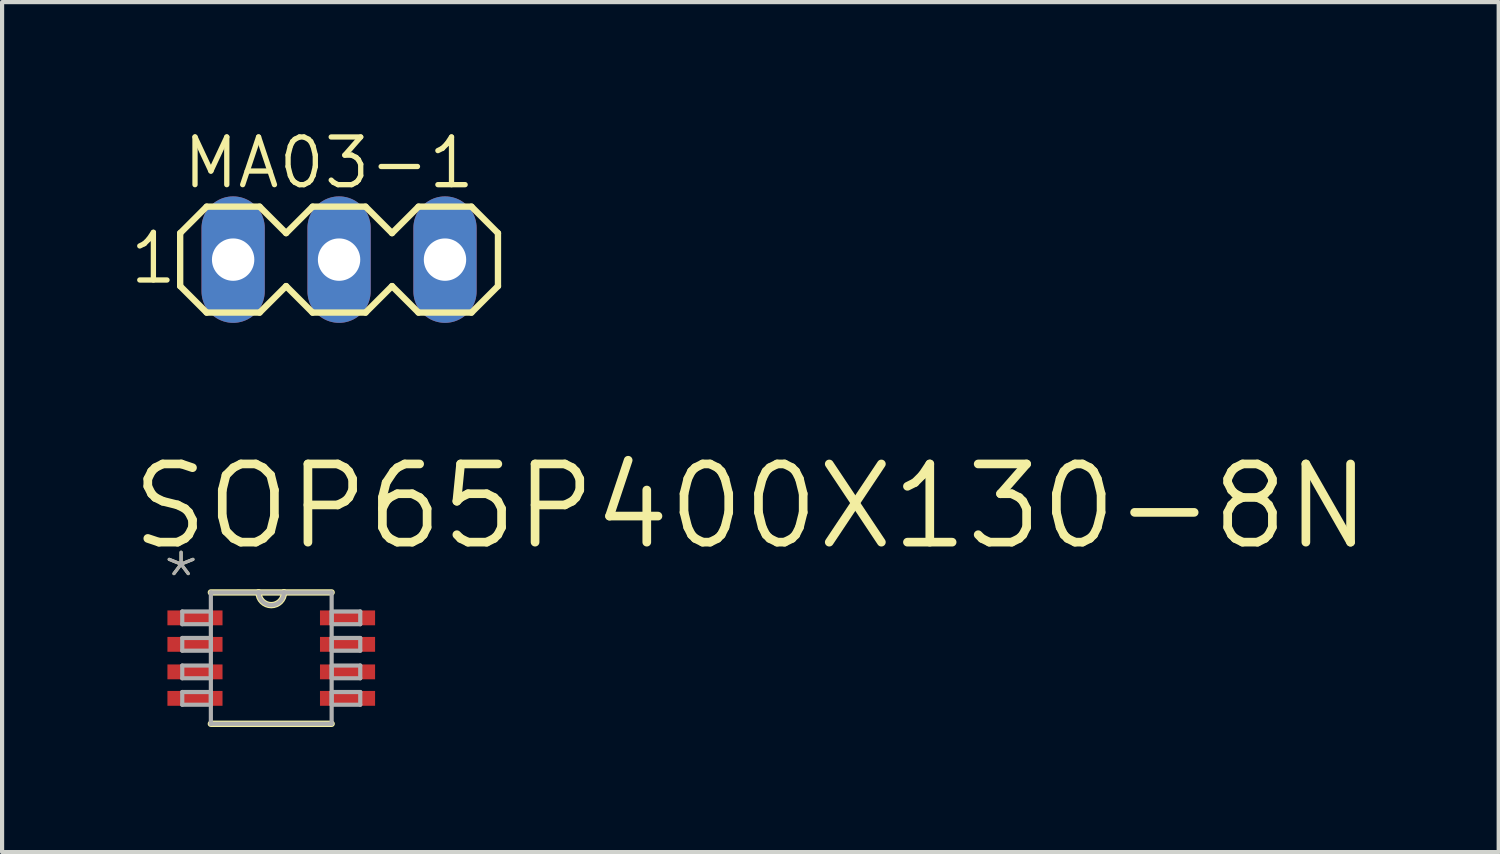
<source format=kicad_pcb>
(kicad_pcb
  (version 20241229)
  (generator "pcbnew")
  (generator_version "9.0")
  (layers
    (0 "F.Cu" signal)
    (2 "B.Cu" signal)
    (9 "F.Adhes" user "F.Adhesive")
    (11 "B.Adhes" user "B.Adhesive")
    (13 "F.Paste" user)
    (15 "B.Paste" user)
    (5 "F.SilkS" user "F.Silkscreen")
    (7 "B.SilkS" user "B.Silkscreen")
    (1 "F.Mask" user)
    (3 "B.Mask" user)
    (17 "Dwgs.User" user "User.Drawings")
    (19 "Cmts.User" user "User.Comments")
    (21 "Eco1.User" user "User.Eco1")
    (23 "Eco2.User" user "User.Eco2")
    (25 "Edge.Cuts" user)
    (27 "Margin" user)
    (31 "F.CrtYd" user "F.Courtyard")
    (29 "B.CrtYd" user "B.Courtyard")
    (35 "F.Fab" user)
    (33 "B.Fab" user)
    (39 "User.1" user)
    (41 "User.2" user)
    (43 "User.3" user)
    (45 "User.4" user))
  (footprint "MA03-1"
    (layer "F.Cu")
    (at 5.08 3.175)
    (property "Reference" "MA03-1" (at -3.81 -1.651 0) (layer "F.SilkS") (effects (font (size 1.143 1.143) (thickness 0.127)) (justify left bottom)))
    (fp_line (start -3.81 -0.635) (end -3.81 0.635) (stroke (width 0.152) (type solid)) (layer "F.SilkS"))
    (fp_line (start -3.81 0.635) (end -3.175 1.27) (stroke (width 0.152) (type solid)) (layer "F.SilkS"))
    (fp_line (start -3.175 -1.27) (end -3.81 -0.635) (stroke (width 0.152) (type solid)) (layer "F.SilkS"))
    (fp_line (start -3.175 -1.27) (end -1.905 -1.27) (stroke (width 0.152) (type solid)) (layer "F.SilkS"))
    (fp_line (start -1.905 -1.27) (end -1.27 -0.635) (stroke (width 0.152) (type solid)) (layer "F.SilkS"))
    (fp_line (start -1.905 1.27) (end -3.175 1.27) (stroke (width 0.152) (type solid)) (layer "F.SilkS"))
    (fp_line (start -1.27 -0.635) (end -0.635 -1.27) (stroke (width 0.152) (type solid)) (layer "F.SilkS"))
    (fp_line (start -1.27 0.635) (end -1.905 1.27) (stroke (width 0.152) (type solid)) (layer "F.SilkS"))
    (fp_line (start -0.635 -1.27) (end 0.635 -1.27) (stroke (width 0.152) (type solid)) (layer "F.SilkS"))
    (fp_line (start -0.635 1.27) (end -1.27 0.635) (stroke (width 0.152) (type solid)) (layer "F.SilkS"))
    (fp_line (start 0.635 -1.27) (end 1.27 -0.635) (stroke (width 0.152) (type solid)) (layer "F.SilkS"))
    (fp_line (start 0.635 1.27) (end -0.635 1.27) (stroke (width 0.152) (type solid)) (layer "F.SilkS"))
    (fp_line (start 1.27 -0.635) (end 1.905 -1.27) (stroke (width 0.152) (type solid)) (layer "F.SilkS"))
    (fp_line (start 1.27 0.635) (end 0.635 1.27) (stroke (width 0.152) (type solid)) (layer "F.SilkS"))
    (fp_line (start 1.905 -1.27) (end 3.175 -1.27) (stroke (width 0.152) (type solid)) (layer "F.SilkS"))
    (fp_line (start 1.905 1.27) (end 1.27 0.635) (stroke (width 0.152) (type solid)) (layer "F.SilkS"))
    (fp_line (start 3.175 -1.27) (end 3.81 -0.635) (stroke (width 0.152) (type solid)) (layer "F.SilkS"))
    (fp_line (start 3.175 1.27) (end 1.905 1.27) (stroke (width 0.152) (type solid)) (layer "F.SilkS"))
    (fp_line (start 3.81 -0.635) (end 3.81 0.635) (stroke (width 0.152) (type solid)) (layer "F.SilkS"))
    (fp_line (start 3.81 0.635) (end 3.175 1.27) (stroke (width 0.152) (type solid)) (layer "F.SilkS"))
    (fp_poly (pts (xy -2.794 0.254) (xy -2.286 0.254) (xy -2.286 -0.254) (xy -2.794 -0.254)) (stroke (width 0.1) (type solid)) (fill no) (layer "F.Fab"))
    (fp_poly (pts (xy -0.254 0.254) (xy 0.254 0.254) (xy 0.254 -0.254) (xy -0.254 -0.254)) (stroke (width 0.1) (type solid)) (fill no) (layer "F.Fab"))
    (fp_poly (pts (xy 2.286 0.254) (xy 2.794 0.254) (xy 2.794 -0.254) (xy 2.286 -0.254)) (stroke (width 0.1) (type solid)) (fill no) (layer "F.Fab"))
    (fp_text user "1" (at -5.08 0.635 0) (layer "F.SilkS") (effects (font (size 1.143 1.143) (thickness 0.127)) (justify left bottom)))
    (pad "1" thru_hole oval (at -2.54 0 90) (size 3.032 1.516) (drill 1.016) (layers "*.Cu" "*.Mask"))
    (pad "2" thru_hole oval (at 0 0 90) (size 3.032 1.516) (drill 1.016) (layers "*.Cu" "*.Mask"))
    (pad "3" thru_hole oval (at 2.54 0 90) (size 3.032 1.516) (drill 1.016) (layers "*.Cu" "*.Mask")))
  (footprint "SOP65P400X130-8N"
    (layer "F.Cu")
    (at 3.454 12.73)
    (property "Reference" "SOP65P400X130-8N" (at -3.454 -2.54 0) (layer "F.SilkS") (effects (font (size 1.875 1.875) (thickness 0.208)) (justify left bottom)))
    (fp_line (start -1.448 1.575) (end 1.448 1.575) (stroke (width 0.152) (type solid)) (layer "F.SilkS"))
    (fp_line (start -0.305 -1.575) (end -1.448 -1.575) (stroke (width 0.152) (type solid)) (layer "F.SilkS"))
    (fp_line (start 0.305 -1.575) (end -0.305 -1.575) (stroke (width 0.152) (type solid)) (layer "F.SilkS"))
    (fp_line (start 1.448 -1.575) (end 0.305 -1.575) (stroke (width 0.152) (type solid)) (layer "F.SilkS"))
    (fp_arc (start 0.3048 -1.5748) (mid 0 -1.27) (end -0.3048 -1.5748) (stroke (width 0.1524) (type solid)) (layer "F.SilkS"))
    (fp_line (start -2.134 -1.118) (end -2.134 -0.813) (stroke (width 0.1) (type solid)) (layer "F.Fab"))
    (fp_line (start -2.134 -0.813) (end -1.448 -0.813) (stroke (width 0.1) (type solid)) (layer "F.Fab"))
    (fp_line (start -2.134 -0.483) (end -2.134 -0.178) (stroke (width 0.1) (type solid)) (layer "F.Fab"))
    (fp_line (start -2.134 -0.178) (end -1.448 -0.178) (stroke (width 0.1) (type solid)) (layer "F.Fab"))
    (fp_line (start -2.134 0.178) (end -2.134 0.483) (stroke (width 0.1) (type solid)) (layer "F.Fab"))
    (fp_line (start -2.134 0.483) (end -1.448 0.483) (stroke (width 0.1) (type solid)) (layer "F.Fab"))
    (fp_line (start -2.134 0.813) (end -2.134 1.118) (stroke (width 0.1) (type solid)) (layer "F.Fab"))
    (fp_line (start -2.134 1.118) (end -1.448 1.118) (stroke (width 0.1) (type solid)) (layer "F.Fab"))
    (fp_line (start -1.448 -1.575) (end -1.448 1.575) (stroke (width 0.1) (type solid)) (layer "F.Fab"))
    (fp_line (start -1.448 -1.118) (end -2.134 -1.118) (stroke (width 0.1) (type solid)) (layer "F.Fab"))
    (fp_line (start -1.448 -0.813) (end -1.448 -1.118) (stroke (width 0.1) (type solid)) (layer "F.Fab"))
    (fp_line (start -1.448 -0.483) (end -2.134 -0.483) (stroke (width 0.1) (type solid)) (layer "F.Fab"))
    (fp_line (start -1.448 -0.178) (end -1.448 -0.483) (stroke (width 0.1) (type solid)) (layer "F.Fab"))
    (fp_line (start -1.448 0.178) (end -2.134 0.178) (stroke (width 0.1) (type solid)) (layer "F.Fab"))
    (fp_line (start -1.448 0.483) (end -1.448 0.178) (stroke (width 0.1) (type solid)) (layer "F.Fab"))
    (fp_line (start -1.448 0.813) (end -2.134 0.813) (stroke (width 0.1) (type solid)) (layer "F.Fab"))
    (fp_line (start -1.448 1.118) (end -1.448 0.813) (stroke (width 0.1) (type solid)) (layer "F.Fab"))
    (fp_line (start -1.448 1.575) (end 1.448 1.575) (stroke (width 0.1) (type solid)) (layer "F.Fab"))
    (fp_line (start -0.305 -1.575) (end -1.448 -1.575) (stroke (width 0.1) (type solid)) (layer "F.Fab"))
    (fp_line (start 0.305 -1.575) (end -0.305 -1.575) (stroke (width 0.1) (type solid)) (layer "F.Fab"))
    (fp_line (start 1.448 -1.575) (end 0.305 -1.575) (stroke (width 0.1) (type solid)) (layer "F.Fab"))
    (fp_line (start 1.448 -1.118) (end 1.448 -0.813) (stroke (width 0.1) (type solid)) (layer "F.Fab"))
    (fp_line (start 1.448 -0.813) (end 2.134 -0.813) (stroke (width 0.1) (type solid)) (layer "F.Fab"))
    (fp_line (start 1.448 -0.483) (end 1.448 -0.178) (stroke (width 0.1) (type solid)) (layer "F.Fab"))
    (fp_line (start 1.448 -0.178) (end 2.134 -0.178) (stroke (width 0.1) (type solid)) (layer "F.Fab"))
    (fp_line (start 1.448 0.178) (end 1.448 0.483) (stroke (width 0.1) (type solid)) (layer "F.Fab"))
    (fp_line (start 1.448 0.483) (end 2.134 0.483) (stroke (width 0.1) (type solid)) (layer "F.Fab"))
    (fp_line (start 1.448 0.813) (end 1.448 1.118) (stroke (width 0.1) (type solid)) (layer "F.Fab"))
    (fp_line (start 1.448 1.118) (end 2.134 1.118) (stroke (width 0.1) (type solid)) (layer "F.Fab"))
    (fp_line (start 1.448 1.575) (end 1.448 -1.575) (stroke (width 0.1) (type solid)) (layer "F.Fab"))
    (fp_line (start 2.134 -1.118) (end 1.448 -1.118) (stroke (width 0.1) (type solid)) (layer "F.Fab"))
    (fp_line (start 2.134 -0.813) (end 2.134 -1.118) (stroke (width 0.1) (type solid)) (layer "F.Fab"))
    (fp_line (start 2.134 -0.483) (end 1.448 -0.483) (stroke (width 0.1) (type solid)) (layer "F.Fab"))
    (fp_line (start 2.134 -0.178) (end 2.134 -0.483) (stroke (width 0.1) (type solid)) (layer "F.Fab"))
    (fp_line (start 2.134 0.178) (end 1.448 0.178) (stroke (width 0.1) (type solid)) (layer "F.Fab"))
    (fp_line (start 2.134 0.483) (end 2.134 0.178) (stroke (width 0.1) (type solid)) (layer "F.Fab"))
    (fp_line (start 2.134 0.813) (end 1.448 0.813) (stroke (width 0.1) (type solid)) (layer "F.Fab"))
    (fp_line (start 2.134 1.118) (end 2.134 0.813) (stroke (width 0.1) (type solid)) (layer "F.Fab"))
    (fp_arc (start 0.3048 -1.5748) (mid 0 -1.27) (end -0.3048 -1.5748) (stroke (width 0.1) (type solid)) (layer "F.Fab"))
    (fp_text user "*" (at -2.667 -1.194 0) (layer "F.SilkS") (effects (font (size 1.194 1.194) (thickness 0.076)) (justify left bottom)))
    (fp_text user "*" (at -2.667 -1.194 0) (layer "F.Fab") (effects (font (size 1.194 1.194) (thickness 0.076)) (justify left bottom)))
    (pad "1" smd rect (at -1.829 -0.965) (size 1.321 0.356) (layers "F.Cu" "F.Mask" "F.Paste"))
    (pad "2" smd rect (at -1.829 -0.33) (size 1.321 0.356) (layers "F.Cu" "F.Mask" "F.Paste"))
    (pad "3" smd rect (at -1.829 0.33) (size 1.321 0.356) (layers "F.Cu" "F.Mask" "F.Paste"))
    (pad "4" smd rect (at -1.829 0.965) (size 1.321 0.356) (layers "F.Cu" "F.Mask" "F.Paste"))
    (pad "5" smd rect (at 1.829 0.965) (size 1.321 0.356) (layers "F.Cu" "F.Mask" "F.Paste"))
    (pad "6" smd rect (at 1.829 0.33) (size 1.321 0.356) (layers "F.Cu" "F.Mask" "F.Paste"))
    (pad "7" smd rect (at 1.829 -0.33) (size 1.321 0.356) (layers "F.Cu" "F.Mask" "F.Paste"))
    (pad "8" smd rect (at 1.829 -0.965) (size 1.321 0.356) (layers "F.Cu" "F.Mask" "F.Paste")))
  (gr_rect
    (start -3 -3)
    (end 32.885 17.381)
    (stroke (width 0.1) (type default))
    (fill no)
    (layer "Edge.Cuts")))
</source>
